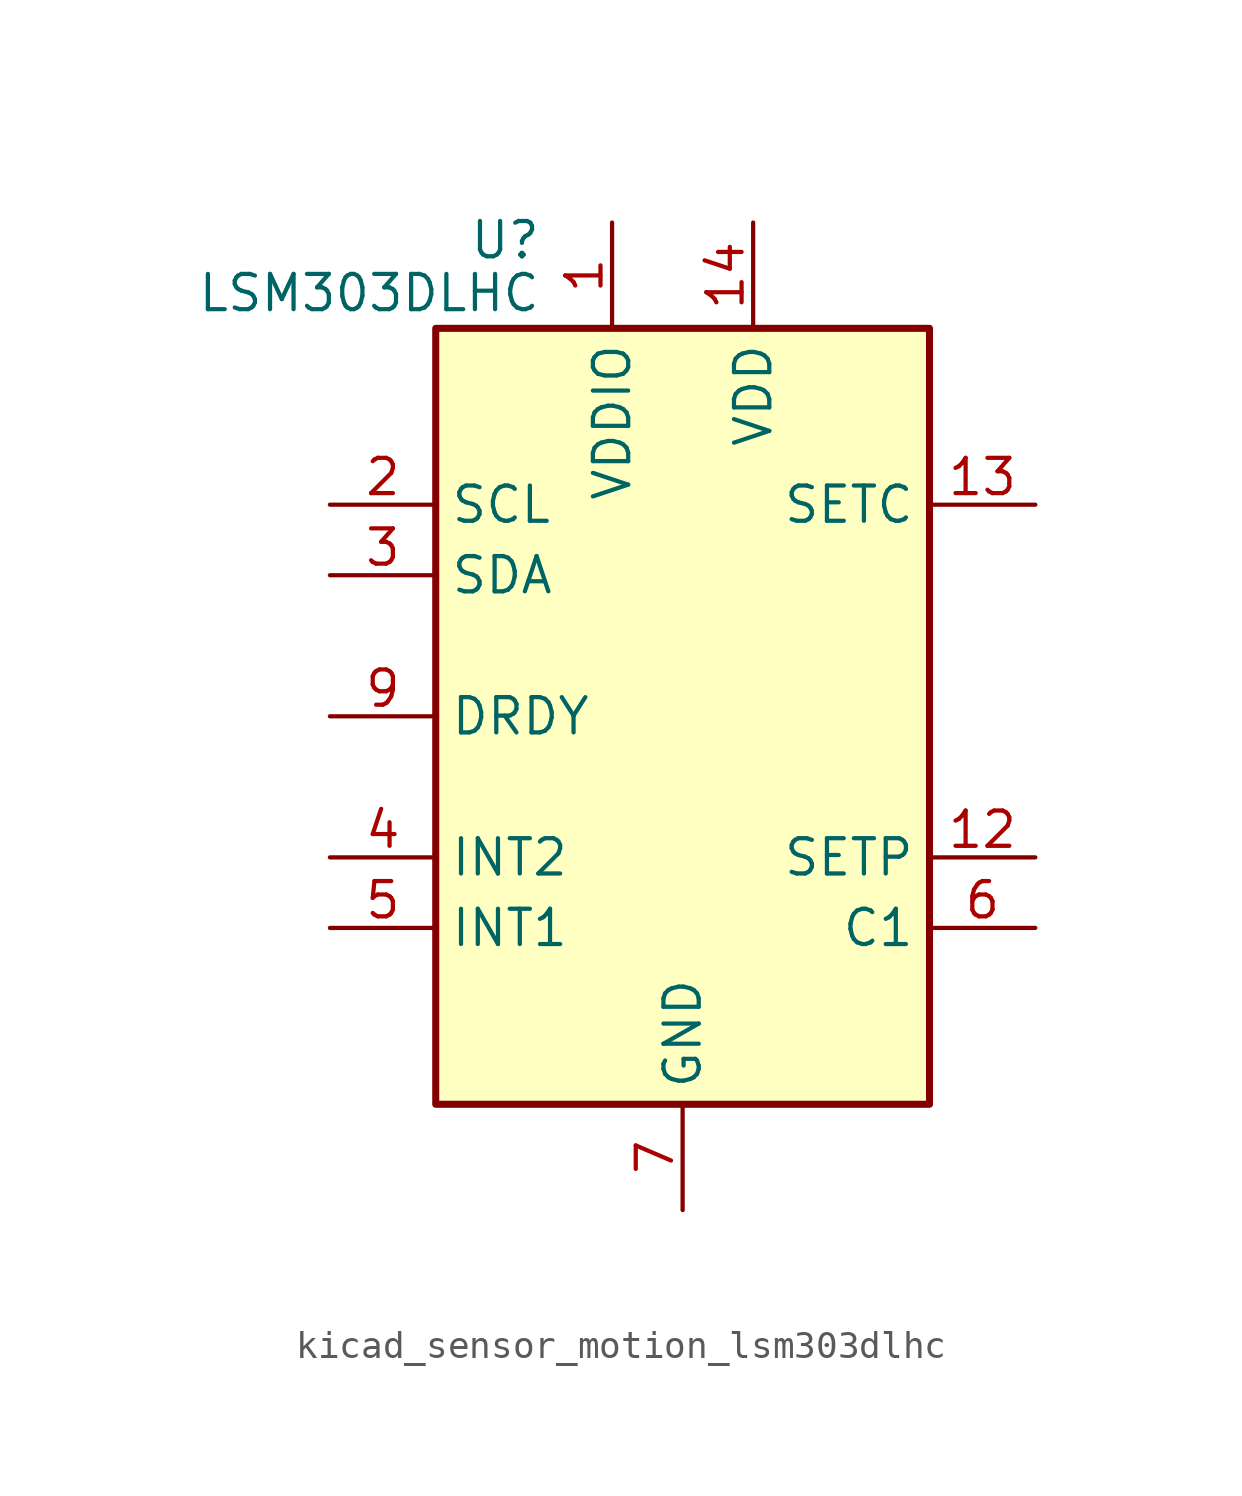
<source format=kicad_sym>
(kicad_symbol_lib
  (version 20220914)
  (generator kicad_symbol_editor)
  (symbol "kicad_sensor_motion_lsm303dlhc"
    (property "Reference" "U"
      (at -5.08 17.145 0)
      (effects (font (size 1.27 1.27)) (justify right)))
    (property "Value" "LSM303DLHC"
      (at -5.08 15.24 0)
      (effects (font (size 1.27 1.27)) (justify right)))
    (symbol "kicad_sensor_motion_lsm303dlhc_0_1"
      (rectangle (start -8.89 13.97) (end 8.89 -13.97) (stroke (width 0.254) (type default)) (fill (type background))))
    (symbol "kicad_sensor_motion_lsm303dlhc_1_1"
      (pin power_in line (at -2.54 17.78 270) (length 3.81) (name "VDDIO" (effects (font (size 1.27 1.27)))) (number "1" (effects (font (size 1.27 1.27)))))
      (pin passive line (at 0 -17.78 90) (length 3.81) hide (name "GND" (effects (font (size 1.27 1.27)))) (number "10" (effects (font (size 1.27 1.27)))))
      (pin passive line (at 0 -17.78 90) (length 3.81) hide (name "GND" (effects (font (size 1.27 1.27)))) (number "11" (effects (font (size 1.27 1.27)))))
      (pin passive line (at 12.7 -5.08 180) (length 3.81) (name "SETP" (effects (font (size 1.27 1.27)))) (number "12" (effects (font (size 1.27 1.27)))))
      (pin passive line (at 12.7 7.62 180) (length 3.81) (name "SETC" (effects (font (size 1.27 1.27)))) (number "13" (effects (font (size 1.27 1.27)))))
      (pin power_in line (at 2.54 17.78 270) (length 3.81) (name "VDD" (effects (font (size 1.27 1.27)))) (number "14" (effects (font (size 1.27 1.27)))))
      (pin input line (at -12.7 7.62 0) (length 3.81) (name "SCL" (effects (font (size 1.27 1.27)))) (number "2" (effects (font (size 1.27 1.27)))))
      (pin bidirectional line (at -12.7 5.08 0) (length 3.81) (name "SDA" (effects (font (size 1.27 1.27)))) (number "3" (effects (font (size 1.27 1.27)))))
      (pin output line (at -12.7 -5.08 0) (length 3.81) (name "INT2" (effects (font (size 1.27 1.27)))) (number "4" (effects (font (size 1.27 1.27)))))
      (pin output line (at -12.7 -7.62 0) (length 3.81) (name "INT1" (effects (font (size 1.27 1.27)))) (number "5" (effects (font (size 1.27 1.27)))))
      (pin passive line (at 12.7 -7.62 180) (length 3.81) (name "C1" (effects (font (size 1.27 1.27)))) (number "6" (effects (font (size 1.27 1.27)))))
      (pin power_in line (at 0 -17.78 90) (length 3.81) (name "GND" (effects (font (size 1.27 1.27)))) (number "7" (effects (font (size 1.27 1.27)))))
      (pin no_connect line (at 7.62 -2.54 180) (length 3.81) hide (name "NC" (effects (font (size 1.27 1.27)))) (number "8" (effects (font (size 1.27 1.27)))))
      (pin output line (at -12.7 0 0) (length 3.81) (name "DRDY" (effects (font (size 1.27 1.27)))) (number "9" (effects (font (size 1.27 1.27))))))))
</source>
